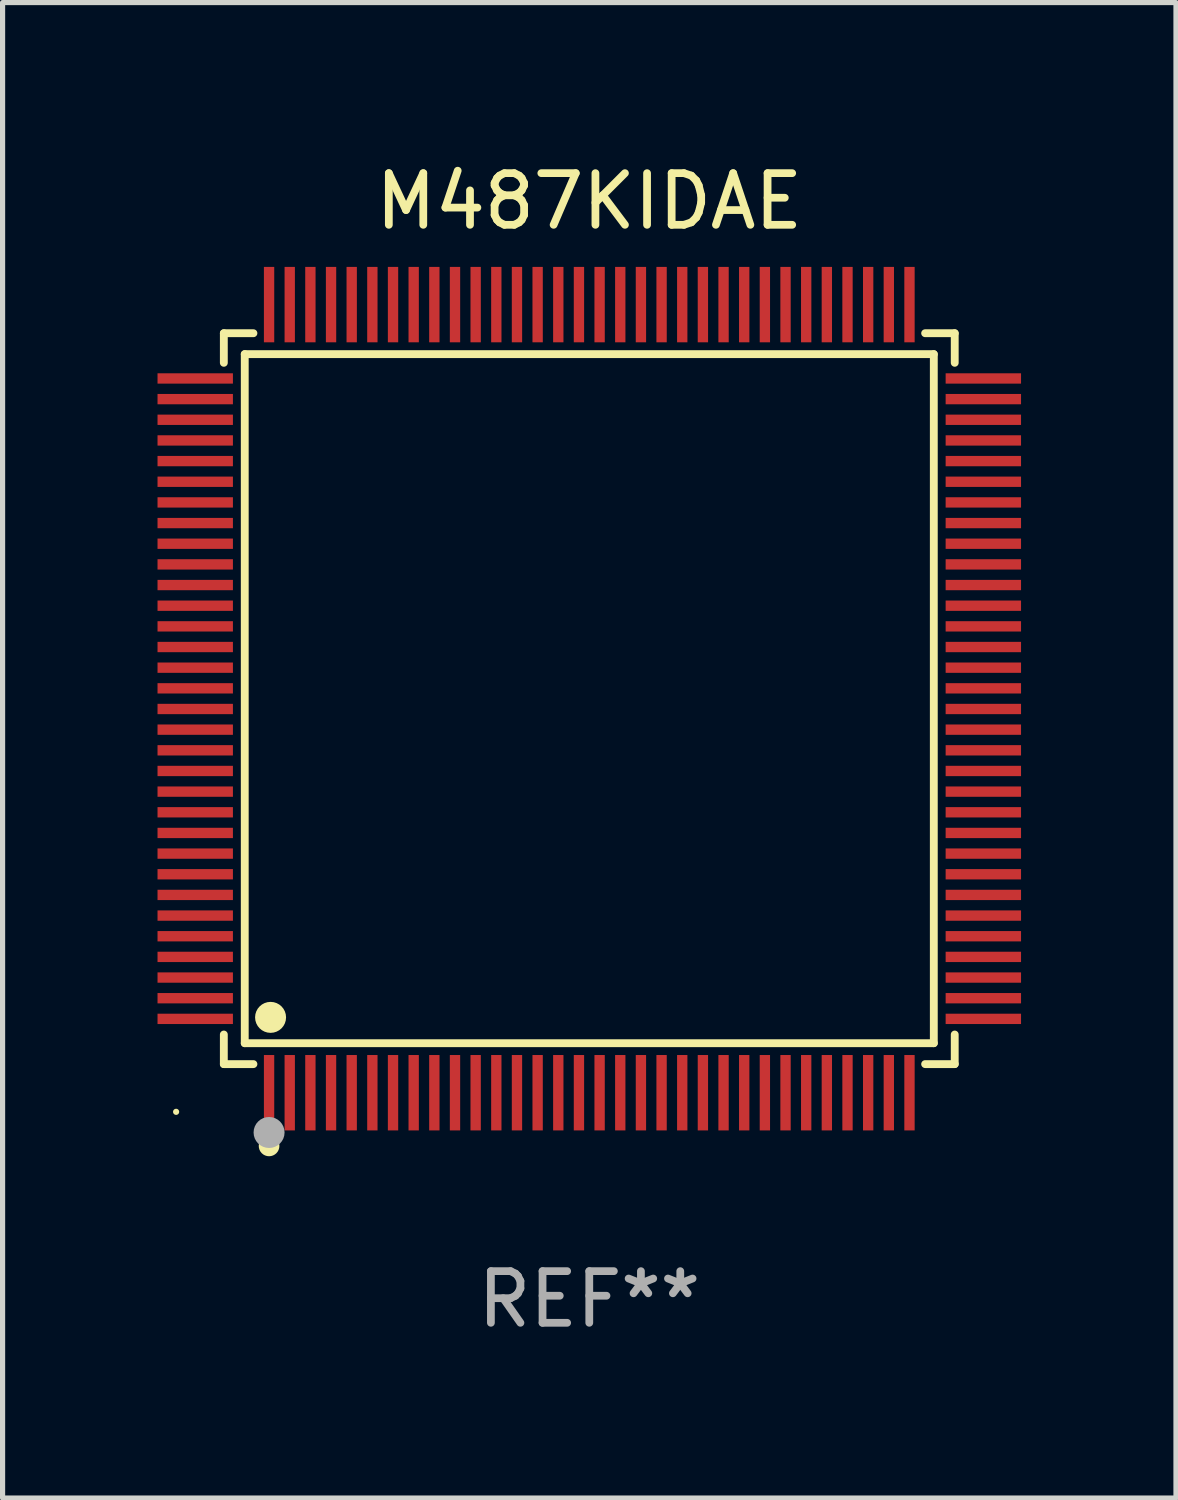
<source format=kicad_pcb>
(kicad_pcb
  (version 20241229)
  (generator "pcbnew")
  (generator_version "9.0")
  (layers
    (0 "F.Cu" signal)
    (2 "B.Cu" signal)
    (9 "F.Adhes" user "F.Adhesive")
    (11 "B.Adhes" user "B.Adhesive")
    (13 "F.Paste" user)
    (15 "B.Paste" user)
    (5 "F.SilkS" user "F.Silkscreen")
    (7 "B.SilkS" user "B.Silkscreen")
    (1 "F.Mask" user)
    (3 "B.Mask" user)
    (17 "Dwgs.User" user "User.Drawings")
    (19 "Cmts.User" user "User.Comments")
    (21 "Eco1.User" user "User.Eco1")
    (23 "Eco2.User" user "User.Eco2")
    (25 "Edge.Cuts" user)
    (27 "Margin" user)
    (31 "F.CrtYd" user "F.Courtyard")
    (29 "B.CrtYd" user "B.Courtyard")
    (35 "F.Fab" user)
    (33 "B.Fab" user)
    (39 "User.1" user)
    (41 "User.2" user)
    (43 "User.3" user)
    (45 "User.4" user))
  (footprint "M487KIDAE"
    (layer "F.Cu")
    (at 8.36 10.478)
    (property "Reference" "M487KIDAE" (at 0 -9.63 0) (layer "F.SilkS") (effects (font (size 1 1) (thickness 0.15))))
    (attr through_hole)
    (fp_line (start -7.076 -7.076) (end -6.503 -7.076) (stroke (width 0.152) (type solid)) (layer "F.SilkS"))
    (fp_line (start -7.076 -6.503) (end -7.076 -7.076) (stroke (width 0.152) (type solid)) (layer "F.SilkS"))
    (fp_line (start -7.076 6.503) (end -7.076 7.076) (stroke (width 0.152) (type solid)) (layer "F.SilkS"))
    (fp_line (start -7.076 7.076) (end -6.503 7.076) (stroke (width 0.152) (type solid)) (layer "F.SilkS"))
    (fp_line (start -6.671 -6.671) (end 6.671 -6.671) (stroke (width 0.152) (type solid)) (layer "F.SilkS"))
    (fp_line (start -6.671 6.671) (end -6.671 -6.671) (stroke (width 0.152) (type solid)) (layer "F.SilkS"))
    (fp_line (start 6.671 -6.671) (end 6.671 6.671) (stroke (width 0.152) (type solid)) (layer "F.SilkS"))
    (fp_line (start 6.671 6.671) (end -6.671 6.671) (stroke (width 0.152) (type solid)) (layer "F.SilkS"))
    (fp_line (start 7.076 -7.076) (end 6.503 -7.076) (stroke (width 0.152) (type solid)) (layer "F.SilkS"))
    (fp_line (start 7.076 -6.503) (end 7.076 -7.076) (stroke (width 0.152) (type solid)) (layer "F.SilkS"))
    (fp_line (start 7.076 6.503) (end 7.076 7.076) (stroke (width 0.152) (type solid)) (layer "F.SilkS"))
    (fp_line (start 7.076 7.076) (end 6.503 7.076) (stroke (width 0.152) (type solid)) (layer "F.SilkS"))
    (fp_circle (center -8 8) (end -7.97 8) (stroke (width 0.06) (type solid)) (fill no) (layer "F.SilkS"))
    (fp_circle (center -6.2 8.66) (end -6.1 8.66) (stroke (width 0.2) (type solid)) (fill no) (layer "F.SilkS"))
    (fp_circle (center -6.171 6.171) (end -6.021 6.171) (stroke (width 0.3) (type solid)) (fill no) (layer "F.SilkS"))
    (fp_circle (center -6.2 8.4) (end -6.05 8.4) (stroke (width 0.3) (type solid)) (fill no) (layer "F.Fab"))
    (fp_text user "REF**" (at 0 11.63 0) (layer "F.Fab") (effects (font (size 1 1) (thickness 0.15))))
    (pad "1" smd rect (at -6.2 7.63) (size 0.2 1.46) (layers "F.Cu" "F.Mask" "F.Paste"))
    (pad "2" smd rect (at -5.8 7.63) (size 0.2 1.46) (layers "F.Cu" "F.Mask" "F.Paste"))
    (pad "3" smd rect (at -5.4 7.63) (size 0.2 1.46) (layers "F.Cu" "F.Mask" "F.Paste"))
    (pad "4" smd rect (at -5 7.63) (size 0.2 1.46) (layers "F.Cu" "F.Mask" "F.Paste"))
    (pad "5" smd rect (at -4.6 7.63) (size 0.2 1.46) (layers "F.Cu" "F.Mask" "F.Paste"))
    (pad "6" smd rect (at -4.2 7.63) (size 0.2 1.46) (layers "F.Cu" "F.Mask" "F.Paste"))
    (pad "7" smd rect (at -3.8 7.63) (size 0.2 1.46) (layers "F.Cu" "F.Mask" "F.Paste"))
    (pad "8" smd rect (at -3.4 7.63) (size 0.2 1.46) (layers "F.Cu" "F.Mask" "F.Paste"))
    (pad "9" smd rect (at -3 7.63) (size 0.2 1.46) (layers "F.Cu" "F.Mask" "F.Paste"))
    (pad "10" smd rect (at -2.6 7.63) (size 0.2 1.46) (layers "F.Cu" "F.Mask" "F.Paste"))
    (pad "11" smd rect (at -2.2 7.63) (size 0.2 1.46) (layers "F.Cu" "F.Mask" "F.Paste"))
    (pad "12" smd rect (at -1.8 7.63) (size 0.2 1.46) (layers "F.Cu" "F.Mask" "F.Paste"))
    (pad "13" smd rect (at -1.4 7.63) (size 0.2 1.46) (layers "F.Cu" "F.Mask" "F.Paste"))
    (pad "14" smd rect (at -1 7.63) (size 0.2 1.46) (layers "F.Cu" "F.Mask" "F.Paste"))
    (pad "15" smd rect (at -0.6 7.63) (size 0.2 1.46) (layers "F.Cu" "F.Mask" "F.Paste"))
    (pad "16" smd rect (at -0.2 7.63) (size 0.2 1.46) (layers "F.Cu" "F.Mask" "F.Paste"))
    (pad "17" smd rect (at 0.2 7.63) (size 0.2 1.46) (layers "F.Cu" "F.Mask" "F.Paste"))
    (pad "18" smd rect (at 0.6 7.63) (size 0.2 1.46) (layers "F.Cu" "F.Mask" "F.Paste"))
    (pad "19" smd rect (at 1 7.63) (size 0.2 1.46) (layers "F.Cu" "F.Mask" "F.Paste"))
    (pad "20" smd rect (at 1.4 7.63) (size 0.2 1.46) (layers "F.Cu" "F.Mask" "F.Paste"))
    (pad "21" smd rect (at 1.8 7.63) (size 0.2 1.46) (layers "F.Cu" "F.Mask" "F.Paste"))
    (pad "22" smd rect (at 2.2 7.63) (size 0.2 1.46) (layers "F.Cu" "F.Mask" "F.Paste"))
    (pad "23" smd rect (at 2.6 7.63) (size 0.2 1.46) (layers "F.Cu" "F.Mask" "F.Paste"))
    (pad "24" smd rect (at 3 7.63) (size 0.2 1.46) (layers "F.Cu" "F.Mask" "F.Paste"))
    (pad "25" smd rect (at 3.4 7.63) (size 0.2 1.46) (layers "F.Cu" "F.Mask" "F.Paste"))
    (pad "26" smd rect (at 3.8 7.63) (size 0.2 1.46) (layers "F.Cu" "F.Mask" "F.Paste"))
    (pad "27" smd rect (at 4.2 7.63) (size 0.2 1.46) (layers "F.Cu" "F.Mask" "F.Paste"))
    (pad "28" smd rect (at 4.6 7.63) (size 0.2 1.46) (layers "F.Cu" "F.Mask" "F.Paste"))
    (pad "29" smd rect (at 5 7.63) (size 0.2 1.46) (layers "F.Cu" "F.Mask" "F.Paste"))
    (pad "30" smd rect (at 5.4 7.63) (size 0.2 1.46) (layers "F.Cu" "F.Mask" "F.Paste"))
    (pad "31" smd rect (at 5.8 7.63) (size 0.2 1.46) (layers "F.Cu" "F.Mask" "F.Paste"))
    (pad "32" smd rect (at 6.2 7.63) (size 0.2 1.46) (layers "F.Cu" "F.Mask" "F.Paste"))
    (pad "33" smd rect (at 7.63 6.2) (size 1.46 0.2) (layers "F.Cu" "F.Mask" "F.Paste"))
    (pad "34" smd rect (at 7.63 5.8) (size 1.46 0.2) (layers "F.Cu" "F.Mask" "F.Paste"))
    (pad "35" smd rect (at 7.63 5.4) (size 1.46 0.2) (layers "F.Cu" "F.Mask" "F.Paste"))
    (pad "36" smd rect (at 7.63 5) (size 1.46 0.2) (layers "F.Cu" "F.Mask" "F.Paste"))
    (pad "37" smd rect (at 7.63 4.6) (size 1.46 0.2) (layers "F.Cu" "F.Mask" "F.Paste"))
    (pad "38" smd rect (at 7.63 4.2) (size 1.46 0.2) (layers "F.Cu" "F.Mask" "F.Paste"))
    (pad "39" smd rect (at 7.63 3.8) (size 1.46 0.2) (layers "F.Cu" "F.Mask" "F.Paste"))
    (pad "40" smd rect (at 7.63 3.4) (size 1.46 0.2) (layers "F.Cu" "F.Mask" "F.Paste"))
    (pad "41" smd rect (at 7.63 3) (size 1.46 0.2) (layers "F.Cu" "F.Mask" "F.Paste"))
    (pad "42" smd rect (at 7.63 2.6) (size 1.46 0.2) (layers "F.Cu" "F.Mask" "F.Paste"))
    (pad "43" smd rect (at 7.63 2.2) (size 1.46 0.2) (layers "F.Cu" "F.Mask" "F.Paste"))
    (pad "44" smd rect (at 7.63 1.8) (size 1.46 0.2) (layers "F.Cu" "F.Mask" "F.Paste"))
    (pad "45" smd rect (at 7.63 1.4) (size 1.46 0.2) (layers "F.Cu" "F.Mask" "F.Paste"))
    (pad "46" smd rect (at 7.63 1) (size 1.46 0.2) (layers "F.Cu" "F.Mask" "F.Paste"))
    (pad "47" smd rect (at 7.63 0.6) (size 1.46 0.2) (layers "F.Cu" "F.Mask" "F.Paste"))
    (pad "48" smd rect (at 7.63 0.2) (size 1.46 0.2) (layers "F.Cu" "F.Mask" "F.Paste"))
    (pad "49" smd rect (at 7.63 -0.2) (size 1.46 0.2) (layers "F.Cu" "F.Mask" "F.Paste"))
    (pad "50" smd rect (at 7.63 -0.6) (size 1.46 0.2) (layers "F.Cu" "F.Mask" "F.Paste"))
    (pad "51" smd rect (at 7.63 -1) (size 1.46 0.2) (layers "F.Cu" "F.Mask" "F.Paste"))
    (pad "52" smd rect (at 7.63 -1.4) (size 1.46 0.2) (layers "F.Cu" "F.Mask" "F.Paste"))
    (pad "53" smd rect (at 7.63 -1.8) (size 1.46 0.2) (layers "F.Cu" "F.Mask" "F.Paste"))
    (pad "54" smd rect (at 7.63 -2.2) (size 1.46 0.2) (layers "F.Cu" "F.Mask" "F.Paste"))
    (pad "55" smd rect (at 7.63 -2.6) (size 1.46 0.2) (layers "F.Cu" "F.Mask" "F.Paste"))
    (pad "56" smd rect (at 7.63 -3) (size 1.46 0.2) (layers "F.Cu" "F.Mask" "F.Paste"))
    (pad "57" smd rect (at 7.63 -3.4) (size 1.46 0.2) (layers "F.Cu" "F.Mask" "F.Paste"))
    (pad "58" smd rect (at 7.63 -3.8) (size 1.46 0.2) (layers "F.Cu" "F.Mask" "F.Paste"))
    (pad "59" smd rect (at 7.63 -4.2) (size 1.46 0.2) (layers "F.Cu" "F.Mask" "F.Paste"))
    (pad "60" smd rect (at 7.63 -4.6) (size 1.46 0.2) (layers "F.Cu" "F.Mask" "F.Paste"))
    (pad "61" smd rect (at 7.63 -5) (size 1.46 0.2) (layers "F.Cu" "F.Mask" "F.Paste"))
    (pad "62" smd rect (at 7.63 -5.4) (size 1.46 0.2) (layers "F.Cu" "F.Mask" "F.Paste"))
    (pad "63" smd rect (at 7.63 -5.8) (size 1.46 0.2) (layers "F.Cu" "F.Mask" "F.Paste"))
    (pad "64" smd rect (at 7.63 -6.2) (size 1.46 0.2) (layers "F.Cu" "F.Mask" "F.Paste"))
    (pad "65" smd rect (at 6.2 -7.63) (size 0.2 1.46) (layers "F.Cu" "F.Mask" "F.Paste"))
    (pad "66" smd rect (at 5.8 -7.63) (size 0.2 1.46) (layers "F.Cu" "F.Mask" "F.Paste"))
    (pad "67" smd rect (at 5.4 -7.63) (size 0.2 1.46) (layers "F.Cu" "F.Mask" "F.Paste"))
    (pad "68" smd rect (at 5 -7.63) (size 0.2 1.46) (layers "F.Cu" "F.Mask" "F.Paste"))
    (pad "69" smd rect (at 4.6 -7.63) (size 0.2 1.46) (layers "F.Cu" "F.Mask" "F.Paste"))
    (pad "70" smd rect (at 4.2 -7.63) (size 0.2 1.46) (layers "F.Cu" "F.Mask" "F.Paste"))
    (pad "71" smd rect (at 3.8 -7.63) (size 0.2 1.46) (layers "F.Cu" "F.Mask" "F.Paste"))
    (pad "72" smd rect (at 3.4 -7.63) (size 0.2 1.46) (layers "F.Cu" "F.Mask" "F.Paste"))
    (pad "73" smd rect (at 3 -7.63) (size 0.2 1.46) (layers "F.Cu" "F.Mask" "F.Paste"))
    (pad "74" smd rect (at 2.6 -7.63) (size 0.2 1.46) (layers "F.Cu" "F.Mask" "F.Paste"))
    (pad "75" smd rect (at 2.2 -7.63) (size 0.2 1.46) (layers "F.Cu" "F.Mask" "F.Paste"))
    (pad "76" smd rect (at 1.8 -7.63) (size 0.2 1.46) (layers "F.Cu" "F.Mask" "F.Paste"))
    (pad "77" smd rect (at 1.4 -7.63) (size 0.2 1.46) (layers "F.Cu" "F.Mask" "F.Paste"))
    (pad "78" smd rect (at 1 -7.63) (size 0.2 1.46) (layers "F.Cu" "F.Mask" "F.Paste"))
    (pad "79" smd rect (at 0.6 -7.63) (size 0.2 1.46) (layers "F.Cu" "F.Mask" "F.Paste"))
    (pad "80" smd rect (at 0.2 -7.63) (size 0.2 1.46) (layers "F.Cu" "F.Mask" "F.Paste"))
    (pad "81" smd rect (at -0.2 -7.63) (size 0.2 1.46) (layers "F.Cu" "F.Mask" "F.Paste"))
    (pad "82" smd rect (at -0.6 -7.63) (size 0.2 1.46) (layers "F.Cu" "F.Mask" "F.Paste"))
    (pad "83" smd rect (at -1 -7.63) (size 0.2 1.46) (layers "F.Cu" "F.Mask" "F.Paste"))
    (pad "84" smd rect (at -1.4 -7.63) (size 0.2 1.46) (layers "F.Cu" "F.Mask" "F.Paste"))
    (pad "85" smd rect (at -1.8 -7.63) (size 0.2 1.46) (layers "F.Cu" "F.Mask" "F.Paste"))
    (pad "86" smd rect (at -2.2 -7.63) (size 0.2 1.46) (layers "F.Cu" "F.Mask" "F.Paste"))
    (pad "87" smd rect (at -2.6 -7.63) (size 0.2 1.46) (layers "F.Cu" "F.Mask" "F.Paste"))
    (pad "88" smd rect (at -3 -7.63) (size 0.2 1.46) (layers "F.Cu" "F.Mask" "F.Paste"))
    (pad "89" smd rect (at -3.4 -7.63) (size 0.2 1.46) (layers "F.Cu" "F.Mask" "F.Paste"))
    (pad "90" smd rect (at -3.8 -7.63) (size 0.2 1.46) (layers "F.Cu" "F.Mask" "F.Paste"))
    (pad "91" smd rect (at -4.2 -7.63) (size 0.2 1.46) (layers "F.Cu" "F.Mask" "F.Paste"))
    (pad "92" smd rect (at -4.6 -7.63) (size 0.2 1.46) (layers "F.Cu" "F.Mask" "F.Paste"))
    (pad "93" smd rect (at -5 -7.63) (size 0.2 1.46) (layers "F.Cu" "F.Mask" "F.Paste"))
    (pad "94" smd rect (at -5.4 -7.63) (size 0.2 1.46) (layers "F.Cu" "F.Mask" "F.Paste"))
    (pad "95" smd rect (at -5.8 -7.63) (size 0.2 1.46) (layers "F.Cu" "F.Mask" "F.Paste"))
    (pad "96" smd rect (at -6.2 -7.63) (size 0.2 1.46) (layers "F.Cu" "F.Mask" "F.Paste"))
    (pad "97" smd rect (at -7.63 -6.2) (size 1.46 0.2) (layers "F.Cu" "F.Mask" "F.Paste"))
    (pad "98" smd rect (at -7.63 -5.8) (size 1.46 0.2) (layers "F.Cu" "F.Mask" "F.Paste"))
    (pad "99" smd rect (at -7.63 -5.4) (size 1.46 0.2) (layers "F.Cu" "F.Mask" "F.Paste"))
    (pad "100" smd rect (at -7.63 -5) (size 1.46 0.2) (layers "F.Cu" "F.Mask" "F.Paste"))
    (pad "101" smd rect (at -7.63 -4.6) (size 1.46 0.2) (layers "F.Cu" "F.Mask" "F.Paste"))
    (pad "102" smd rect (at -7.63 -4.2) (size 1.46 0.2) (layers "F.Cu" "F.Mask" "F.Paste"))
    (pad "103" smd rect (at -7.63 -3.8) (size 1.46 0.2) (layers "F.Cu" "F.Mask" "F.Paste"))
    (pad "104" smd rect (at -7.63 -3.4) (size 1.46 0.2) (layers "F.Cu" "F.Mask" "F.Paste"))
    (pad "105" smd rect (at -7.63 -3) (size 1.46 0.2) (layers "F.Cu" "F.Mask" "F.Paste"))
    (pad "106" smd rect (at -7.63 -2.6) (size 1.46 0.2) (layers "F.Cu" "F.Mask" "F.Paste"))
    (pad "107" smd rect (at -7.63 -2.2) (size 1.46 0.2) (layers "F.Cu" "F.Mask" "F.Paste"))
    (pad "108" smd rect (at -7.63 -1.8) (size 1.46 0.2) (layers "F.Cu" "F.Mask" "F.Paste"))
    (pad "109" smd rect (at -7.63 -1.4) (size 1.46 0.2) (layers "F.Cu" "F.Mask" "F.Paste"))
    (pad "110" smd rect (at -7.63 -1) (size 1.46 0.2) (layers "F.Cu" "F.Mask" "F.Paste"))
    (pad "111" smd rect (at -7.63 -0.6) (size 1.46 0.2) (layers "F.Cu" "F.Mask" "F.Paste"))
    (pad "112" smd rect (at -7.63 -0.2) (size 1.46 0.2) (layers "F.Cu" "F.Mask" "F.Paste"))
    (pad "113" smd rect (at -7.63 0.2) (size 1.46 0.2) (layers "F.Cu" "F.Mask" "F.Paste"))
    (pad "114" smd rect (at -7.63 0.6) (size 1.46 0.2) (layers "F.Cu" "F.Mask" "F.Paste"))
    (pad "115" smd rect (at -7.63 1) (size 1.46 0.2) (layers "F.Cu" "F.Mask" "F.Paste"))
    (pad "116" smd rect (at -7.63 1.4) (size 1.46 0.2) (layers "F.Cu" "F.Mask" "F.Paste"))
    (pad "117" smd rect (at -7.63 1.8) (size 1.46 0.2) (layers "F.Cu" "F.Mask" "F.Paste"))
    (pad "118" smd rect (at -7.63 2.2) (size 1.46 0.2) (layers "F.Cu" "F.Mask" "F.Paste"))
    (pad "119" smd rect (at -7.63 2.6) (size 1.46 0.2) (layers "F.Cu" "F.Mask" "F.Paste"))
    (pad "120" smd rect (at -7.63 3) (size 1.46 0.2) (layers "F.Cu" "F.Mask" "F.Paste"))
    (pad "121" smd rect (at -7.63 3.4) (size 1.46 0.2) (layers "F.Cu" "F.Mask" "F.Paste"))
    (pad "122" smd rect (at -7.63 3.8) (size 1.46 0.2) (layers "F.Cu" "F.Mask" "F.Paste"))
    (pad "123" smd rect (at -7.63 4.2) (size 1.46 0.2) (layers "F.Cu" "F.Mask" "F.Paste"))
    (pad "124" smd rect (at -7.63 4.6) (size 1.46 0.2) (layers "F.Cu" "F.Mask" "F.Paste"))
    (pad "125" smd rect (at -7.63 5) (size 1.46 0.2) (layers "F.Cu" "F.Mask" "F.Paste"))
    (pad "126" smd rect (at -7.63 5.4) (size 1.46 0.2) (layers "F.Cu" "F.Mask" "F.Paste"))
    (pad "127" smd rect (at -7.63 5.8) (size 1.46 0.2) (layers "F.Cu" "F.Mask" "F.Paste"))
    (pad "128" smd rect (at -7.63 6.2) (size 1.46 0.2) (layers "F.Cu" "F.Mask" "F.Paste")))
  (gr_rect
    (start -3 -3)
    (end 19.72 25.956)
    (stroke (width 0.1) (type default))
    (fill no)
    (layer "Edge.Cuts")))
</source>
